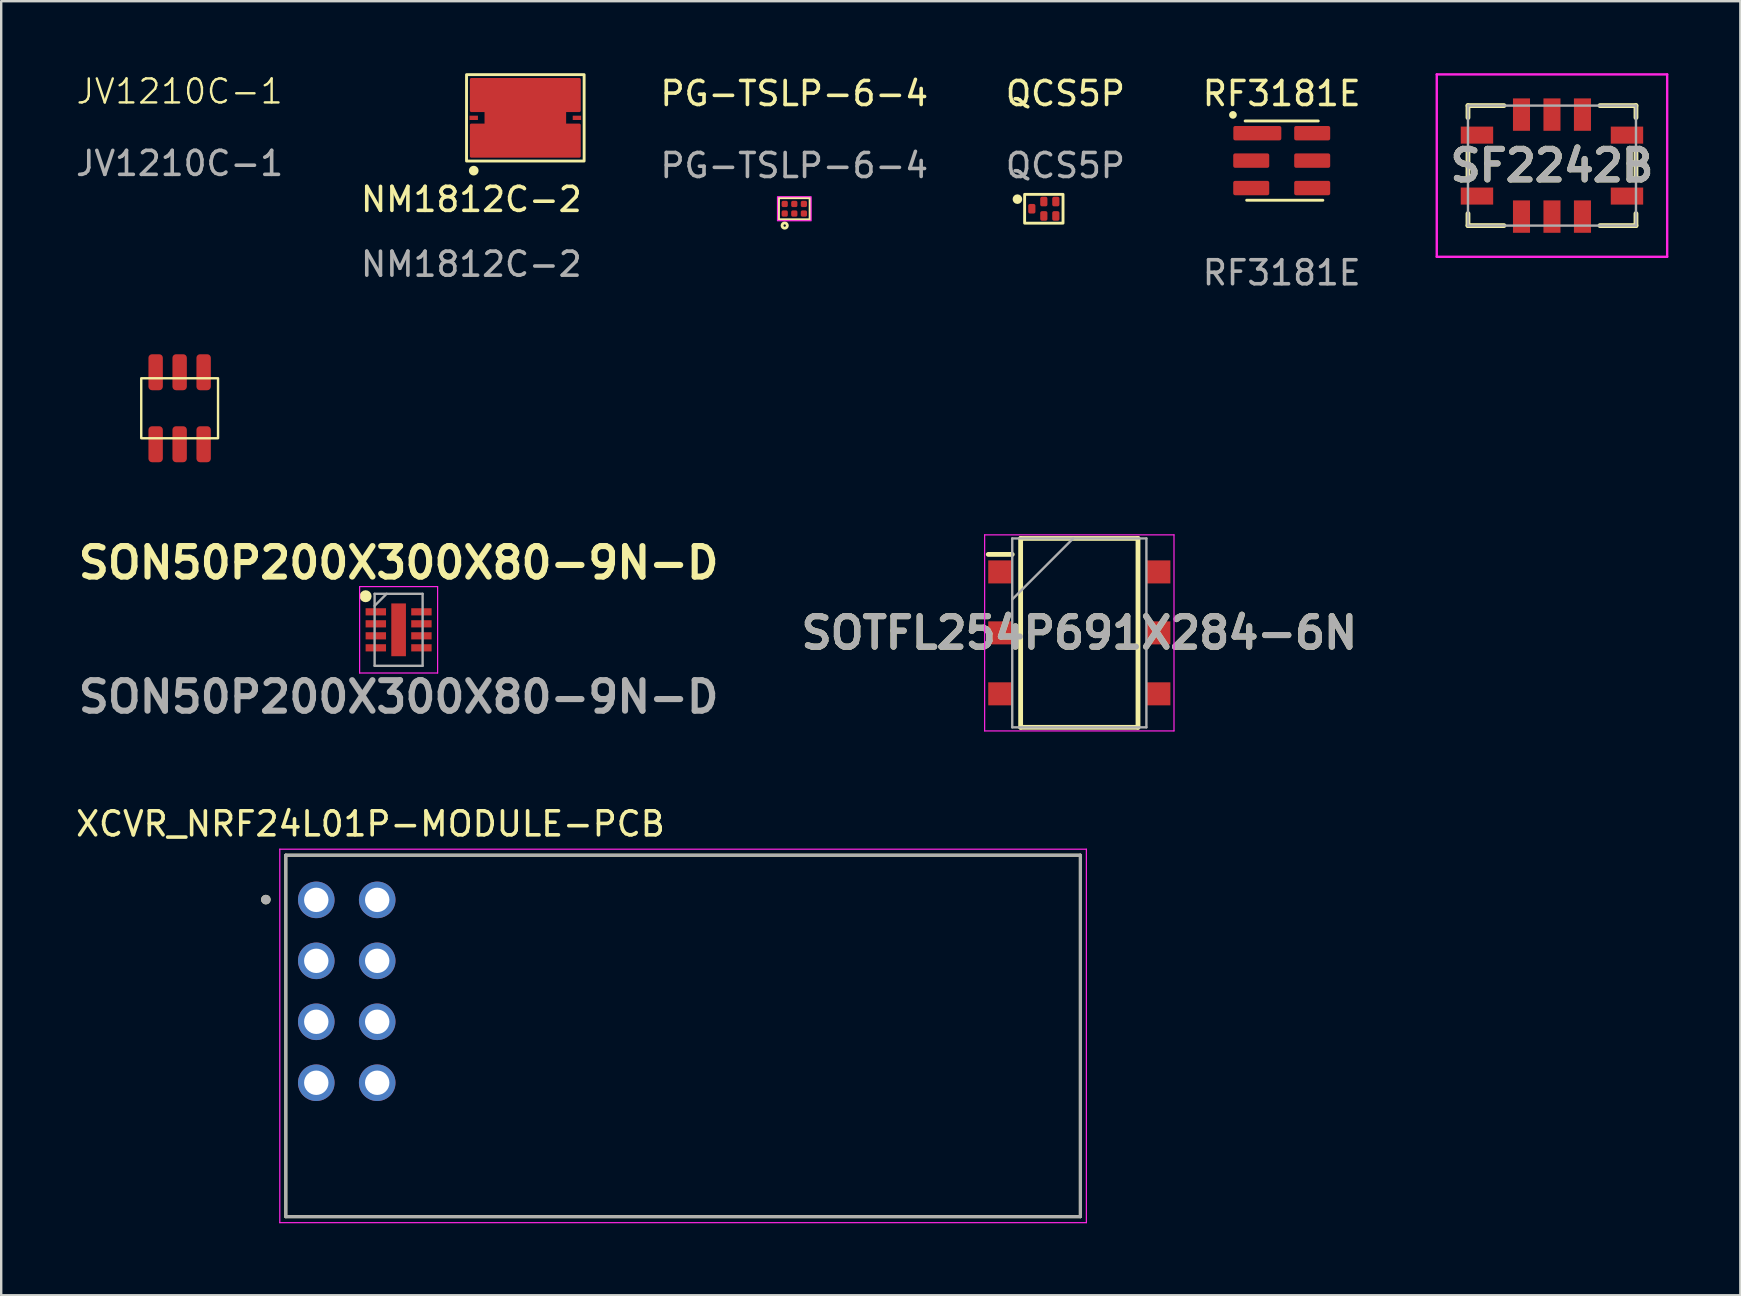
<source format=kicad_pcb>
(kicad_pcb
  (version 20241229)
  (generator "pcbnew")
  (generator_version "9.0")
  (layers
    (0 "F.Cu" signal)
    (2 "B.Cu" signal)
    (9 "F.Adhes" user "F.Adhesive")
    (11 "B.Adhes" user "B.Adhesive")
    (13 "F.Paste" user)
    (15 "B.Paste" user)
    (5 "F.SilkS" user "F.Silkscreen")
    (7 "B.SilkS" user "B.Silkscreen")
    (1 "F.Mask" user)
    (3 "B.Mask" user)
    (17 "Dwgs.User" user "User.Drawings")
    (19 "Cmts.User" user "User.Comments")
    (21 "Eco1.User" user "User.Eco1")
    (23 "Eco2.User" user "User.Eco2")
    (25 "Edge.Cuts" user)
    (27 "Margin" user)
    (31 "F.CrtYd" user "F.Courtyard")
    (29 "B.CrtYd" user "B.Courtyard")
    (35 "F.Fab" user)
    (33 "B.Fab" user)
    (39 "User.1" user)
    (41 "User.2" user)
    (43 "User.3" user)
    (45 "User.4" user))
  (footprint "SON50P200X300X80-9N-D"
    (layer "F.Cu")
    (at 13.559 23.193)
    (property "Reference" "SON50P200X300X80-9N-D" (at 0 -2.794 0) (layer "F.SilkS") (effects (font (size 1.27 1.27) (thickness 0.254))))
    (attr smd)
    (fp_circle (center -1.375 -1.4) (end -1.375 -1.275) (stroke (width 0.25) (type solid)) (fill no) (layer "F.SilkS"))
    (fp_line (start -1.625 -1.8) (end 1.625 -1.8) (stroke (width 0.05) (type solid)) (layer "F.CrtYd"))
    (fp_line (start -1.625 1.8) (end -1.625 -1.8) (stroke (width 0.05) (type solid)) (layer "F.CrtYd"))
    (fp_line (start 1.625 -1.8) (end 1.625 1.8) (stroke (width 0.05) (type solid)) (layer "F.CrtYd"))
    (fp_line (start 1.625 1.8) (end -1.625 1.8) (stroke (width 0.05) (type solid)) (layer "F.CrtYd"))
    (fp_line (start -1 -1.5) (end 1 -1.5) (stroke (width 0.1) (type solid)) (layer "F.Fab"))
    (fp_line (start -1 -1) (end -0.5 -1.5) (stroke (width 0.1) (type solid)) (layer "F.Fab"))
    (fp_line (start -1 1.5) (end -1 -1.5) (stroke (width 0.1) (type solid)) (layer "F.Fab"))
    (fp_line (start 1 -1.5) (end 1 1.5) (stroke (width 0.1) (type solid)) (layer "F.Fab"))
    (fp_line (start 1 1.5) (end -1 1.5) (stroke (width 0.1) (type solid)) (layer "F.Fab"))
    (fp_text user "${REFERENCE}" (at 0 2.794 0) (layer "F.Fab") (effects (font (size 1.27 1.27) (thickness 0.254))))
    (pad "1" smd rect (at -0.95 -0.75 90) (size 0.3 0.85) (layers "F.Cu" "F.Mask" "F.Paste"))
    (pad "2" smd rect (at -0.95 -0.25 90) (size 0.3 0.85) (layers "F.Cu" "F.Mask" "F.Paste"))
    (pad "3" smd rect (at -0.95 0.25 90) (size 0.3 0.85) (layers "F.Cu" "F.Mask" "F.Paste"))
    (pad "4" smd rect (at -0.95 0.75 90) (size 0.3 0.85) (layers "F.Cu" "F.Mask" "F.Paste"))
    (pad "5" smd rect (at 0.95 0.75 90) (size 0.3 0.85) (layers "F.Cu" "F.Mask" "F.Paste"))
    (pad "6" smd rect (at 0.95 0.25 90) (size 0.3 0.85) (layers "F.Cu" "F.Mask" "F.Paste"))
    (pad "7" smd rect (at 0.95 -0.25 90) (size 0.3 0.85) (layers "F.Cu" "F.Mask" "F.Paste"))
    (pad "8" smd rect (at 0.95 -0.75 90) (size 0.3 0.85) (layers "F.Cu" "F.Mask" "F.Paste"))
    (pad "9" smd rect (at 0 0) (size 0.61 2.2) (layers "F.Cu" "F.Mask" "F.Paste")))
  (footprint "RF3181E"
    (layer "F.Cu")
    (at 50.355 3.642)
    (property "Reference" "RF3181E" (at 0 -2.794 0) (unlocked yes) (layer "F.SilkS") (effects (font (size 1 1) (thickness 0.15))))
    (attr smd)
    (fp_line (start -1.524 -1.651) (end 1.524 -1.651) (stroke (width 0.12) (type solid)) (layer "F.SilkS"))
    (fp_line (start -1.46 1.651) (end 1.714 1.651) (stroke (width 0.12) (type solid)) (layer "F.SilkS"))
    (fp_circle (center -2.032 -1.905) (end -1.932 -1.905) (stroke (width 0.12) (type solid)) (fill yes) (layer "F.SilkS"))
    (fp_text user "${REFERENCE}" (at 0 4.675 0) (unlocked yes) (layer "F.Fab") (effects (font (size 1 1) (thickness 0.15))))
    (pad "1" smd roundrect (at -1.016 -1.143) (size 2 0.6) (layers "F.Cu" "F.Mask" "F.Paste") (roundrect_rratio 0.131))
    (pad "2" smd roundrect (at -1.27 0) (size 1.5 0.6) (layers "F.Cu" "F.Mask" "F.Paste") (roundrect_rratio 0.131))
    (pad "3" smd roundrect (at -1.27 1.143) (size 1.5 0.6) (layers "F.Cu" "F.Mask" "F.Paste") (roundrect_rratio 0.131))
    (pad "4" smd roundrect (at 1.27 1.143) (size 1.5 0.6) (layers "F.Cu" "F.Mask" "F.Paste") (roundrect_rratio 0.131))
    (pad "5" smd roundrect (at 1.27 0) (size 1.5 0.6) (layers "F.Cu" "F.Mask" "F.Paste") (roundrect_rratio 0.131))
    (pad "6" smd roundrect (at 1.27 -1.143) (size 1.5 0.6) (layers "F.Cu" "F.Mask" "F.Paste") (roundrect_rratio 0.131)))
  (footprint "PG-TSLP-6-4"
    (layer "F.Cu")
    (at 30.046 5.648)
    (property "Reference" "PG-TSLP-6-4" (at 0 -4.8 0) (unlocked yes) (layer "F.SilkS") (effects (font (size 1 1) (thickness 0.15))))
    (attr smd)
    (fp_rect (start -0.65 -0.45) (end 0.65 0.45) (stroke (width 0.1) (type solid)) (fill no) (layer "F.SilkS"))
    (fp_circle (center -0.4 0.7) (end -0.45 0.7) (stroke (width 0.12) (type solid)) (fill no) (layer "F.SilkS"))
    (fp_rect (start -0.7 -0.5) (end 0.7 0.5) (stroke (width 0.05) (type solid)) (fill no) (layer "F.CrtYd"))
    (fp_text user "${REFERENCE}" (at 0 -1.8 0) (unlocked yes) (layer "F.Fab") (effects (font (size 1 1) (thickness 0.15))))
    (pad "1" smd roundrect (at -0.4 0.2) (size 0.26 0.26) (layers "F.Cu" "F.Mask" "F.Paste") (roundrect_rratio 0.25))
    (pad "2" smd roundrect (at 0 0.2 90) (size 0.26 0.26) (layers "F.Cu" "F.Mask" "F.Paste") (roundrect_rratio 0.25))
    (pad "3" smd roundrect (at 0.4 0.2 90) (size 0.26 0.26) (layers "F.Cu" "F.Mask" "F.Paste") (roundrect_rratio 0.25))
    (pad "4" smd roundrect (at 0.4 -0.2 90) (size 0.26 0.26) (layers "F.Cu" "F.Mask" "F.Paste") (roundrect_rratio 0.25))
    (pad "5" smd roundrect (at 0 -0.2 90) (size 0.26 0.26) (layers "F.Cu" "F.Mask" "F.Paste") (roundrect_rratio 0.25))
    (pad "6" smd roundrect (at -0.4 -0.2 270) (size 0.26 0.26) (layers "F.Cu" "F.Mask" "F.Paste") (roundrect_rratio 0.25)))
  (footprint "SOTFL254P691X284-6N"
    (layer "F.Cu")
    (at 41.922 23.32)
    (property "Reference" "SOTFL254P691X284-6N" (at 0 0 0) (layer "F.SilkS") (effects (font (size 1.27 1.27) (thickness 0.254))))
    (attr smd)
    (fp_line (start -3.795 -3.27) (end -2.795 -3.27) (stroke (width 0.2) (type solid)) (layer "F.SilkS"))
    (fp_line (start -2.445 -3.935) (end 2.445 -3.935) (stroke (width 0.2) (type solid)) (layer "F.SilkS"))
    (fp_line (start -2.445 3.935) (end -2.445 -3.935) (stroke (width 0.2) (type solid)) (layer "F.SilkS"))
    (fp_line (start 2.445 -3.935) (end 2.445 3.935) (stroke (width 0.2) (type solid)) (layer "F.SilkS"))
    (fp_line (start 2.445 3.935) (end -2.445 3.935) (stroke (width 0.2) (type solid)) (layer "F.SilkS"))
    (fp_line (start -3.945 -4.085) (end 3.945 -4.085) (stroke (width 0.05) (type solid)) (layer "F.CrtYd"))
    (fp_line (start -3.945 4.085) (end -3.945 -4.085) (stroke (width 0.05) (type solid)) (layer "F.CrtYd"))
    (fp_line (start 3.945 -4.085) (end 3.945 4.085) (stroke (width 0.05) (type solid)) (layer "F.CrtYd"))
    (fp_line (start 3.945 4.085) (end -3.945 4.085) (stroke (width 0.05) (type solid)) (layer "F.CrtYd"))
    (fp_line (start -2.795 -3.935) (end 2.795 -3.935) (stroke (width 0.1) (type solid)) (layer "F.Fab"))
    (fp_line (start -2.795 -1.395) (end -0.255 -3.935) (stroke (width 0.1) (type solid)) (layer "F.Fab"))
    (fp_line (start -2.795 3.935) (end -2.795 -3.935) (stroke (width 0.1) (type solid)) (layer "F.Fab"))
    (fp_line (start 2.795 -3.935) (end 2.795 3.935) (stroke (width 0.1) (type solid)) (layer "F.Fab"))
    (fp_line (start 2.795 3.935) (end -2.795 3.935) (stroke (width 0.1) (type solid)) (layer "F.Fab"))
    (fp_text user "${REFERENCE}" (at 0 0 0) (layer "F.Fab") (effects (font (size 1.27 1.27) (thickness 0.254))))
    (pad "1" smd rect (at -3.295 -2.54 90) (size 0.96 1) (layers "F.Cu" "F.Mask" "F.Paste"))
    (pad "2" smd rect (at -3.295 0 90) (size 0.96 1) (layers "F.Cu" "F.Mask" "F.Paste"))
    (pad "3" smd rect (at -3.295 2.54 90) (size 0.96 1) (layers "F.Cu" "F.Mask" "F.Paste"))
    (pad "4" smd rect (at 3.295 2.54 90) (size 0.96 1) (layers "F.Cu" "F.Mask" "F.Paste"))
    (pad "5" smd rect (at 3.295 0 90) (size 0.96 1) (layers "F.Cu" "F.Mask" "F.Paste"))
    (pad "6" smd rect (at 3.295 -2.54 90) (size 0.96 1) (layers "F.Cu" "F.Mask" "F.Paste")))
  (footprint "SF2242B"
    (layer "F.Cu")
    (at 61.616 3.85)
    (property "Reference" "SF2242B" (at 0 0 0) (layer "F.SilkS") (effects (font (size 1.27 1.27) (thickness 0.254))))
    (attr smd)
    (fp_line (start -3.5 -2.5) (end -3.5 -2) (stroke (width 0.2) (type solid)) (layer "F.SilkS"))
    (fp_line (start -3.5 -0.6) (end -3.5 0.6) (stroke (width 0.2) (type solid)) (layer "F.SilkS"))
    (fp_line (start -3.5 2) (end -3.5 2.5) (stroke (width 0.2) (type solid)) (layer "F.SilkS"))
    (fp_line (start -3.5 2.5) (end -2 2.5) (stroke (width 0.2) (type solid)) (layer "F.SilkS"))
    (fp_line (start -2 -2.5) (end -3.5 -2.5) (stroke (width 0.2) (type solid)) (layer "F.SilkS"))
    (fp_line (start 2 -2.5) (end 3.5 -2.5) (stroke (width 0.2) (type solid)) (layer "F.SilkS"))
    (fp_line (start 2 2.5) (end 3.5 2.5) (stroke (width 0.2) (type solid)) (layer "F.SilkS"))
    (fp_line (start 3.5 -2.5) (end 3.5 -2) (stroke (width 0.2) (type solid)) (layer "F.SilkS"))
    (fp_line (start 3.5 0.6) (end 3.5 -0.6) (stroke (width 0.2) (type solid)) (layer "F.SilkS"))
    (fp_line (start 3.5 2.5) (end 3.5 2) (stroke (width 0.2) (type solid)) (layer "F.SilkS"))
    (fp_line (start -4.8 -3.8) (end 4.8 -3.8) (stroke (width 0.1) (type solid)) (layer "F.CrtYd"))
    (fp_line (start -4.8 3.8) (end -4.8 -3.8) (stroke (width 0.1) (type solid)) (layer "F.CrtYd"))
    (fp_line (start 4.8 -3.8) (end 4.8 3.8) (stroke (width 0.1) (type solid)) (layer "F.CrtYd"))
    (fp_line (start 4.8 3.8) (end -4.8 3.8) (stroke (width 0.1) (type solid)) (layer "F.CrtYd"))
    (fp_line (start -3.5 -2.5) (end 3.5 -2.5) (stroke (width 0.1) (type solid)) (layer "F.Fab"))
    (fp_line (start -3.5 2.5) (end -3.5 -2.5) (stroke (width 0.1) (type solid)) (layer "F.Fab"))
    (fp_line (start 3.5 -2.5) (end 3.5 2.5) (stroke (width 0.1) (type solid)) (layer "F.Fab"))
    (fp_line (start 3.5 2.5) (end -3.5 2.5) (stroke (width 0.1) (type solid)) (layer "F.Fab"))
    (fp_text user "${REFERENCE}" (at 0 0 0) (layer "F.Fab") (effects (font (size 1.27 1.27) (thickness 0.254))))
    (pad "1" smd rect (at -3.125 1.27 90) (size 0.71 1.35) (layers "F.Cu" "F.Mask" "F.Paste"))
    (pad "2" smd rect (at -1.27 2.125) (size 0.71 1.35) (layers "F.Cu" "F.Mask" "F.Paste"))
    (pad "3" smd rect (at 0 2.125) (size 0.71 1.35) (layers "F.Cu" "F.Mask" "F.Paste"))
    (pad "4" smd rect (at 1.27 2.125) (size 0.71 1.35) (layers "F.Cu" "F.Mask" "F.Paste"))
    (pad "5" smd rect (at 3.125 1.27 90) (size 0.71 1.35) (layers "F.Cu" "F.Mask" "F.Paste"))
    (pad "6" smd rect (at 3.125 -1.27 90) (size 0.71 1.35) (layers "F.Cu" "F.Mask" "F.Paste"))
    (pad "7" smd rect (at 1.27 -2.125) (size 0.71 1.35) (layers "F.Cu" "F.Mask" "F.Paste"))
    (pad "8" smd rect (at 0 -2.125) (size 0.71 1.35) (layers "F.Cu" "F.Mask" "F.Paste"))
    (pad "9" smd rect (at -1.27 -2.125) (size 0.71 1.35) (layers "F.Cu" "F.Mask" "F.Paste"))
    (pad "10" smd rect (at -3.125 -1.27 90) (size 0.71 1.35) (layers "F.Cu" "F.Mask" "F.Paste")))
  (footprint "JV1210C-1"
    (layer "F.Cu")
    (at 4.435 13.96)
    (property "Reference" "JV1210C-1" (at 0 -13.2 0) (unlocked yes) (layer "F.SilkS") (effects (font (size 1 1) (thickness 0.1))))
    (attr smd)
    (fp_rect (start -1.6 -1.25) (end 1.6 1.25) (stroke (width 0.1) (type default)) (fill no) (layer "F.SilkS"))
    (fp_text user "${REFERENCE}" (at 0 -10.2 0) (unlocked yes) (layer "F.Fab") (effects (font (size 1 1) (thickness 0.15))))
    (pad "1" smd roundrect (at 1 -1.5) (size 0.6 1.5) (layers "F.Cu" "F.Mask" "F.Paste") (roundrect_rratio 0.25))
    (pad "2" smd roundrect (at 0 -1.5) (size 0.6 1.5) (layers "F.Cu" "F.Mask" "F.Paste") (roundrect_rratio 0.25))
    (pad "3" smd roundrect (at -1 -1.5) (size 0.6 1.5) (layers "F.Cu" "F.Mask" "F.Paste") (roundrect_rratio 0.25))
    (pad "4" smd roundrect (at -1 1.5) (size 0.6 1.5) (layers "F.Cu" "F.Mask" "F.Paste") (roundrect_rratio 0.25))
    (pad "5" smd roundrect (at 0 1.5) (size 0.6 1.5) (layers "F.Cu" "F.Mask" "F.Paste") (roundrect_rratio 0.25))
    (pad "6" smd roundrect (at 1 1.5) (size 0.6 1.5) (layers "F.Cu" "F.Mask" "F.Paste") (roundrect_rratio 0.25)))
  (footprint "NM1812C-2"
    (layer "F.Cu")
    (at 16.589 5.46)
    (property "Reference" "NM1812C-2" (at 0 -0.2 0) (unlocked yes) (layer "F.SilkS") (effects (font (size 1 1) (thickness 0.15))))
    (attr smd)
    (fp_poly (pts (xy 4.5 -3.9) (xy 3.89 -3.9) (xy 3.89 -3.3) (xy 4.5 -3.3) (xy 4.5 -2) (xy 0 -2) (xy 0 -3.3) (xy 0.61 -3.3) (xy 0.61 -3.9) (xy 0 -3.9) (xy 0 -5.2) (xy 4.5 -5.2)) (stroke (width 0.12) (type solid)) (fill yes) (layer "F.Cu"))
    (fp_rect (start -0.2 -1.8) (end 4.7 -5.4) (stroke (width 0.12) (type solid)) (fill no) (layer "F.SilkS"))
    (fp_circle (center 0.1 -1.4) (end 0.241 -1.4) (stroke (width 0.12) (type solid)) (fill yes) (layer "F.SilkS"))
    (fp_text user "${REFERENCE}" (at 0 2.5 0) (unlocked yes) (layer "F.Fab") (effects (font (size 1 1) (thickness 0.15))))
    (pad "1" smd rect (at 0.1 -3.6) (size 0.35 0.18) (layers "F.Cu" "F.Mask" "F.Paste"))
    (pad "2" smd rect (at 4.4 -3.6) (size 0.35 0.18) (layers "F.Cu" "F.Mask" "F.Paste"))
    (pad "3" smd roundrect (at 2.2 -3.6) (size 0.35 0.18) (layers "F.Cu" "F.Mask" "F.Paste") (roundrect_rratio 0.25)))
  (footprint "QCS5P"
    (layer "F.Cu")
    (at 39.743 6.148)
    (property "Reference" "QCS5P" (at 1.6 -5.3 0) (unlocked yes) (layer "F.SilkS") (effects (font (size 1 1) (thickness 0.15))))
    (attr smd)
    (fp_rect (start -0.1 0.1) (end 1.5 -1.1) (stroke (width 0.12) (type solid)) (fill no) (layer "F.SilkS"))
    (fp_circle (center -0.4 -0.9) (end -0.4 -0.9) (stroke (width 0.2) (type solid)) (fill no) (layer "F.SilkS"))
    (fp_text user "${REFERENCE}" (at 1.6 -2.3 0) (unlocked yes) (layer "F.Fab") (effects (font (size 1 1) (thickness 0.15))))
    (pad "1" smd roundrect (at 0.2 -0.5) (size 0.3 0.4) (layers "F.Cu" "F.Mask" "F.Paste") (roundrect_rratio 0.25))
    (pad "2" smd roundrect (at 0.7 -0.2) (size 0.3 0.4) (layers "F.Cu" "F.Mask" "F.Paste") (roundrect_rratio 0.25))
    (pad "3" smd roundrect (at 1.2 -0.2) (size 0.3 0.4) (layers "F.Cu" "F.Mask" "F.Paste") (roundrect_rratio 0.25))
    (pad "4" smd roundrect (at 1.2 -0.8) (size 0.3 0.4) (layers "F.Cu" "F.Mask" "F.Paste") (roundrect_rratio 0.25))
    (pad "5" smd roundrect (at 0.7 -0.8) (size 0.3 0.4) (layers "F.Cu" "F.Mask" "F.Paste") (roundrect_rratio 0.25)))
  (footprint "XCVR_NRF24L01P-MODULE-PCB"
    (layer "F.Cu")
    (at 25.412 40.114)
    (property "Reference" "XCVR_NRF24L01P-MODULE-PCB" (at -13.025 -8.835 0) (layer "F.SilkS") (effects (font (size 1 1) (thickness 0.15))))
    (attr through_hole)
    (fp_line (start -16.554 -7.531) (end -16.554 7.531) (stroke (width 0.127) (type solid)) (layer "F.SilkS"))
    (fp_line (start -16.554 7.531) (end 16.554 7.531) (stroke (width 0.127) (type solid)) (layer "F.SilkS"))
    (fp_line (start 16.554 -7.531) (end -16.554 -7.531) (stroke (width 0.127) (type solid)) (layer "F.SilkS"))
    (fp_line (start 16.554 7.531) (end 16.554 -7.531) (stroke (width 0.127) (type solid)) (layer "F.SilkS"))
    (fp_circle (center -17.385 -5.68) (end -17.285 -5.68) (stroke (width 0.2) (type solid)) (fill no) (layer "F.SilkS"))
    (fp_line (start -16.804 -7.781) (end -16.804 7.781) (stroke (width 0.05) (type solid)) (layer "F.CrtYd"))
    (fp_line (start -16.804 7.781) (end 16.804 7.781) (stroke (width 0.05) (type solid)) (layer "F.CrtYd"))
    (fp_line (start 16.804 -7.781) (end -16.804 -7.781) (stroke (width 0.05) (type solid)) (layer "F.CrtYd"))
    (fp_line (start 16.804 7.781) (end 16.804 -7.781) (stroke (width 0.05) (type solid)) (layer "F.CrtYd"))
    (fp_line (start -16.554 -7.531) (end -16.554 7.531) (stroke (width 0.127) (type solid)) (layer "F.Fab"))
    (fp_line (start -16.554 7.531) (end 16.554 7.531) (stroke (width 0.127) (type solid)) (layer "F.Fab"))
    (fp_line (start 16.554 -7.531) (end -16.554 -7.531) (stroke (width 0.127) (type solid)) (layer "F.Fab"))
    (fp_line (start 16.554 7.531) (end 16.554 -7.531) (stroke (width 0.127) (type solid)) (layer "F.Fab"))
    (fp_circle (center -17.385 -5.68) (end -17.285 -5.68) (stroke (width 0.2) (type solid)) (fill no) (layer "F.Fab"))
    (pad "1" thru_hole circle (at -15.284 -5.669) (size 1.524 1.524) (drill 1.016) (layers "*.Cu" "*.Mask"))
    (pad "2" thru_hole circle (at -12.745 -5.669) (size 1.524 1.524) (drill 1.016) (layers "*.Cu" "*.Mask"))
    (pad "3" thru_hole circle (at -15.284 -3.129) (size 1.524 1.524) (drill 1.016) (layers "*.Cu" "*.Mask"))
    (pad "4" thru_hole circle (at -12.745 -3.129) (size 1.524 1.524) (drill 1.016) (layers "*.Cu" "*.Mask"))
    (pad "5" thru_hole circle (at -15.284 -0.589) (size 1.524 1.524) (drill 1.016) (layers "*.Cu" "*.Mask"))
    (pad "6" thru_hole circle (at -12.745 -0.589) (size 1.524 1.524) (drill 1.016) (layers "*.Cu" "*.Mask"))
    (pad "7" thru_hole circle (at -15.284 1.951) (size 1.524 1.524) (drill 1.016) (layers "*.Cu" "*.Mask"))
    (pad "8" thru_hole circle (at -12.745 1.951) (size 1.524 1.524) (drill 1.016) (layers "*.Cu" "*.Mask")))
  (gr_rect
    (start -3 -3)
    (end 69.466 50.92)
    (stroke (width 0.1) (type default))
    (fill no)
    (layer "Edge.Cuts")))
</source>
